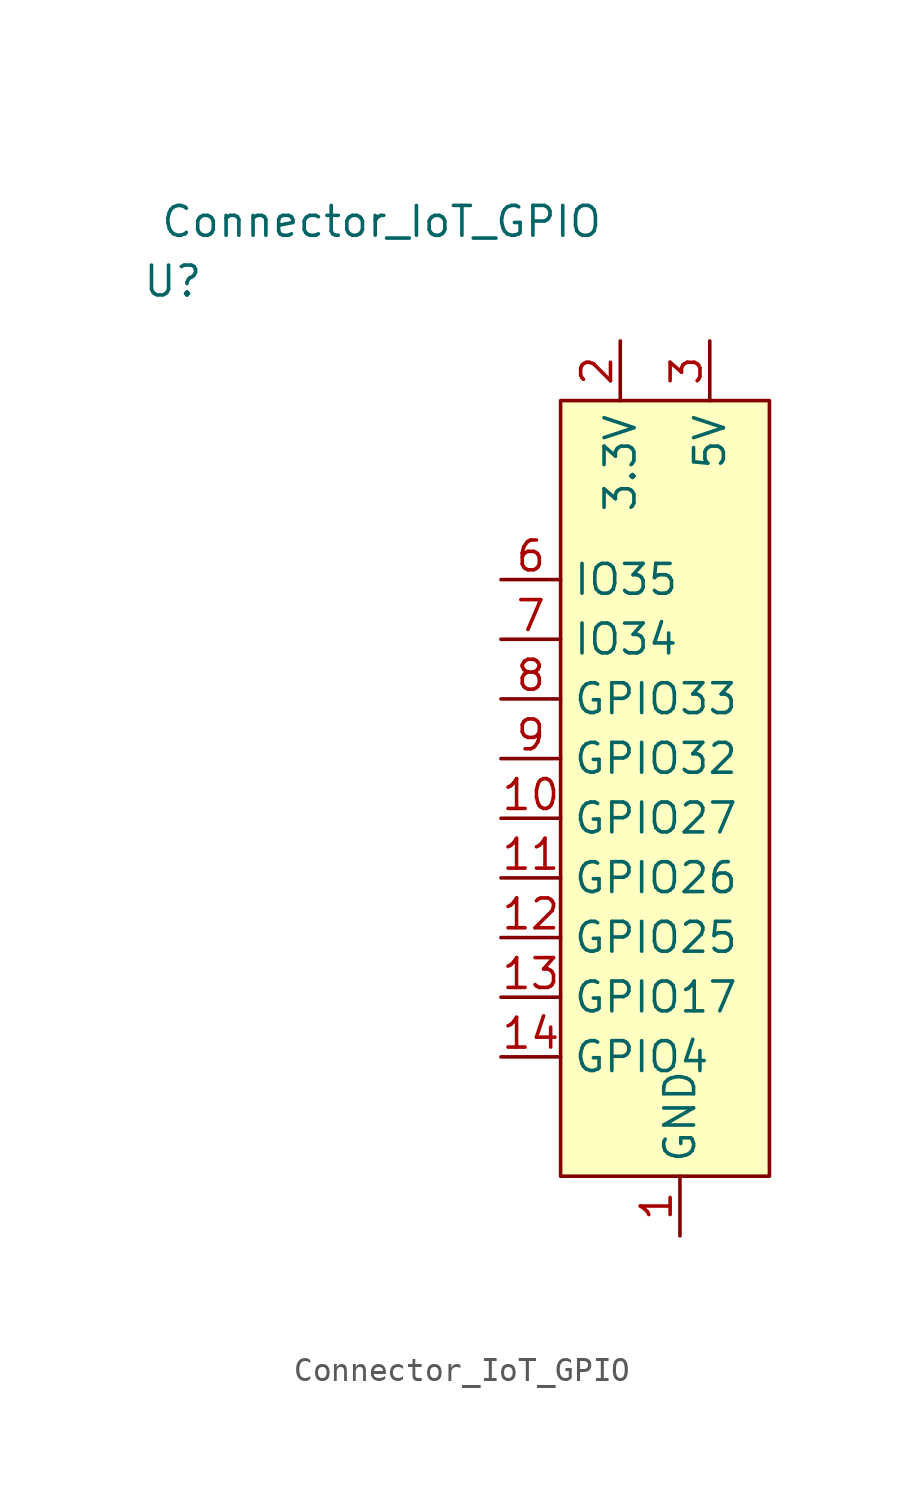
<source format=kicad_sym>
(kicad_symbol_lib
  (version 20211014)
  (generator kicad_symbol_editor)
  (symbol "Connector_IoT_GPIO"
    (property "Reference" "U"
      (at -20.32 8.89 0)
      (effects (font (size 1.27 1.27))))
    (property "Value" "Connector_IoT_GPIO"
      (at -11.43 11.43 0)
      (effects (font (size 1.27 1.27))))
    (symbol "Connector_IoT_GPIO_0_1"
      (rectangle (start -3.81 3.81) (end 5.08 -29.21) (stroke (width 0) (type default) (color 0 0 0 0)) (fill (type background))))
    (symbol "Connector_IoT_GPIO_1_1"
      (pin power_in line (at 1.27 -31.75 90) (length 2.54) (name "GND" (effects (font (size 1.27 1.27)))) (number "1" (effects (font (size 1.27 1.27)))))
      (pin bidirectional line (at -6.35 -13.97 0) (length 2.54) (name "GPIO27" (effects (font (size 1.27 1.27)))) (number "10" (effects (font (size 1.27 1.27)))))
      (pin bidirectional line (at -6.35 -16.51 0) (length 2.54) (name "GPIO26" (effects (font (size 1.27 1.27)))) (number "11" (effects (font (size 1.27 1.27)))))
      (pin bidirectional line (at -6.35 -19.05 0) (length 2.54) (name "GPIO25" (effects (font (size 1.27 1.27)))) (number "12" (effects (font (size 1.27 1.27)))))
      (pin bidirectional line (at -6.35 -21.59 0) (length 2.54) (name "GPIO17" (effects (font (size 1.27 1.27)))) (number "13" (effects (font (size 1.27 1.27)))))
      (pin bidirectional line (at -6.35 -24.13 0) (length 2.54) (name "GPIO4" (effects (font (size 1.27 1.27)))) (number "14" (effects (font (size 1.27 1.27)))))
      (pin power_in line (at -1.27 6.35 270) (length 2.54) (name "3.3V" (effects (font (size 1.27 1.27)))) (number "2" (effects (font (size 1.27 1.27)))))
      (pin power_in line (at 2.54 6.35 270) (length 2.54) (name "5V" (effects (font (size 1.27 1.27)))) (number "3" (effects (font (size 1.27 1.27)))))
      (pin bidirectional line (at -6.35 -3.81 0) (length 2.54) (name "IO35" (effects (font (size 1.27 1.27)))) (number "6" (effects (font (size 1.27 1.27)))))
      (pin bidirectional line (at -6.35 -6.35 0) (length 2.54) (name "IO34" (effects (font (size 1.27 1.27)))) (number "7" (effects (font (size 1.27 1.27)))))
      (pin bidirectional line (at -6.35 -8.89 0) (length 2.54) (name "GPIO33" (effects (font (size 1.27 1.27)))) (number "8" (effects (font (size 1.27 1.27)))))
      (pin bidirectional line (at -6.35 -11.43 0) (length 2.54) (name "GPIO32" (effects (font (size 1.27 1.27)))) (number "9" (effects (font (size 1.27 1.27))))))))
</source>
